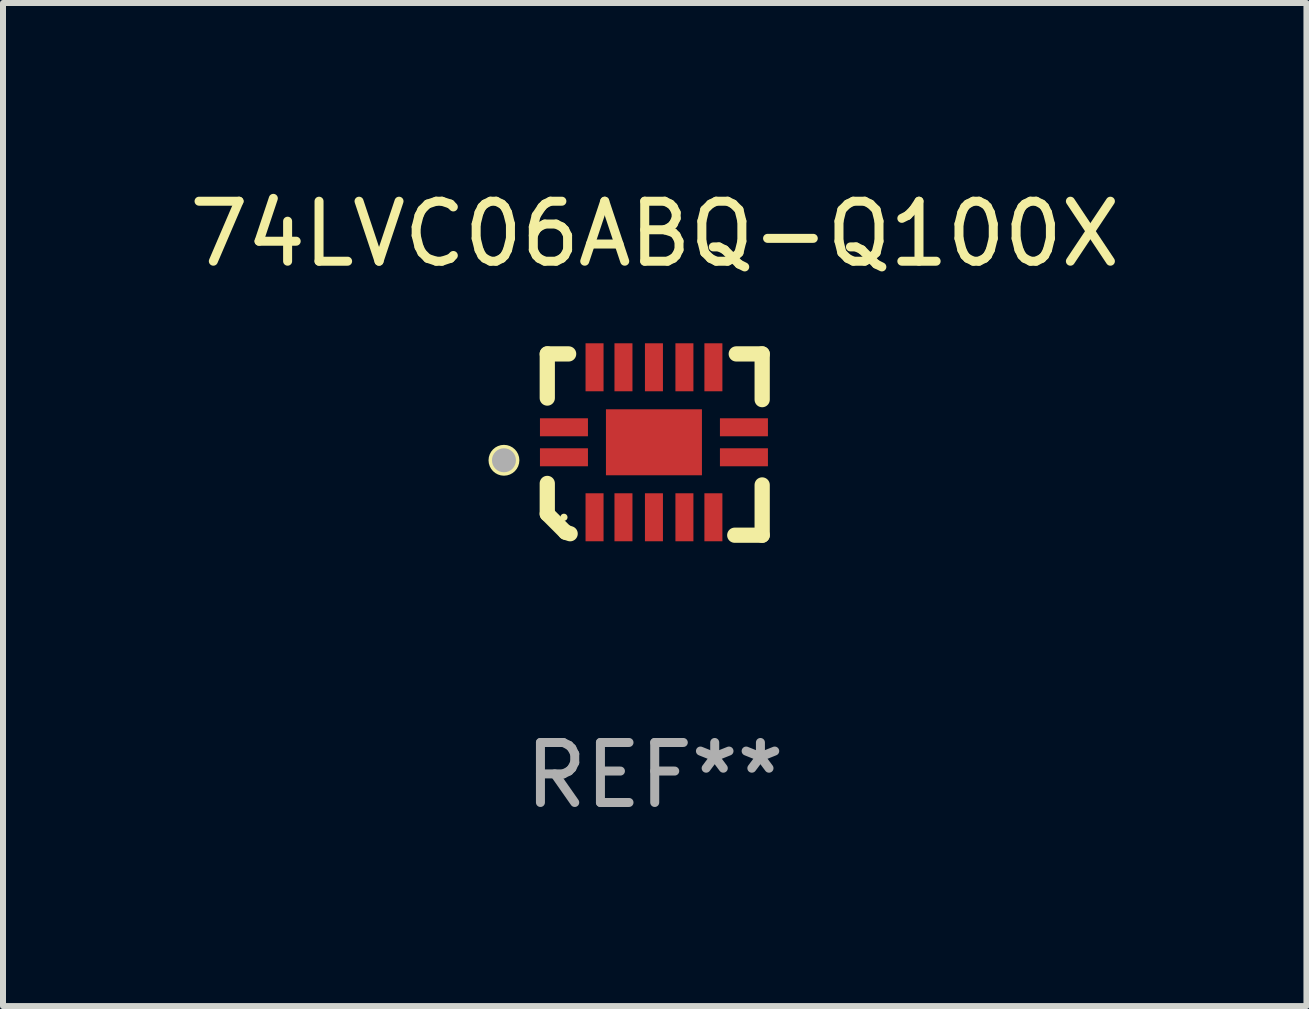
<source format=kicad_pcb>
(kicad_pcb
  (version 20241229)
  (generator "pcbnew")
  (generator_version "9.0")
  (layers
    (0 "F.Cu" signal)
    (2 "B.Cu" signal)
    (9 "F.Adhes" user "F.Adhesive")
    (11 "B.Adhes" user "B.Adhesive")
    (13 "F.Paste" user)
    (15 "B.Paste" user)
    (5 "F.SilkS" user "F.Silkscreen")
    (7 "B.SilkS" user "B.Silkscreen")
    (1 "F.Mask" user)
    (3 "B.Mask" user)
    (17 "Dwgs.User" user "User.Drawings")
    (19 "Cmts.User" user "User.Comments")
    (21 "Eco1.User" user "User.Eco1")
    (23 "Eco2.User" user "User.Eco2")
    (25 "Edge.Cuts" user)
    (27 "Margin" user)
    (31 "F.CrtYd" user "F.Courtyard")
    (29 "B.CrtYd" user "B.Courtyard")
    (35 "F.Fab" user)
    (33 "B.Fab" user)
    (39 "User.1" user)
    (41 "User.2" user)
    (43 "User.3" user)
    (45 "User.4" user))
  (footprint "74LVC06ABQ-Q100X"
    (layer "F.Cu")
    (at 7.863 4.36)
    (property "Reference" "74LVC06ABQ-Q100X" (at 0 -3.511 0) (layer "F.SilkS") (effects (font (size 1 1) (thickness 0.15))))
    (attr through_hole)
    (fp_line (start -1.791 -1.511) (end -1.435 -1.511) (stroke (width 0.254) (type solid)) (layer "F.SilkS"))
    (fp_line (start -1.791 -0.775) (end -1.791 -1.511) (stroke (width 0.254) (type solid)) (layer "F.SilkS"))
    (fp_line (start -1.791 1.156) (end -1.791 0.648) (stroke (width 0.254) (type solid)) (layer "F.SilkS"))
    (fp_line (start -1.486 1.461) (end -1.791 1.156) (stroke (width 0.254) (type solid)) (layer "F.SilkS"))
    (fp_line (start -1.41 1.486) (end -1.486 1.461) (stroke (width 0.254) (type solid)) (layer "F.SilkS"))
    (fp_line (start 1.334 1.511) (end 1.791 1.511) (stroke (width 0.254) (type solid)) (layer "F.SilkS"))
    (fp_line (start 1.791 -1.511) (end 1.359 -1.511) (stroke (width 0.254) (type solid)) (layer "F.SilkS"))
    (fp_line (start 1.791 -0.749) (end 1.791 -1.511) (stroke (width 0.254) (type solid)) (layer "F.SilkS"))
    (fp_line (start 1.791 1.511) (end 1.791 0.673) (stroke (width 0.254) (type solid)) (layer "F.SilkS"))
    (fp_circle (center -2.513 0.262) (end -2.383 0.262) (stroke (width 0.254) (type solid)) (fill no) (layer "F.SilkS"))
    (fp_circle (center -1.513 1.212) (end -1.483 1.212) (stroke (width 0.06) (type solid)) (fill no) (layer "F.SilkS"))
    (fp_circle (center -2.513 0.262) (end -2.413 0.262) (stroke (width 0.2) (type solid)) (fill no) (layer "F.Fab"))
    (fp_text user "REF**" (at 0 5.511 0) (layer "F.Fab") (effects (font (size 1 1) (thickness 0.15))))
    (pad "1" smd rect (at -1.513 0.212) (size 0.8 0.3) (layers "F.Cu" "F.Mask" "F.Paste"))
    (pad "2" smd rect (at -1.003 1.212) (size 0.3 0.8) (layers "F.Cu" "F.Mask" "F.Paste"))
    (pad "3" smd rect (at -0.521 1.212) (size 0.3 0.8) (layers "F.Cu" "F.Mask" "F.Paste"))
    (pad "4" smd rect (at -0.013 1.212) (size 0.3 0.8) (layers "F.Cu" "F.Mask" "F.Paste"))
    (pad "5" smd rect (at 0.495 1.212) (size 0.3 0.8) (layers "F.Cu" "F.Mask" "F.Paste"))
    (pad "6" smd rect (at 0.978 1.212) (size 0.3 0.8) (layers "F.Cu" "F.Mask" "F.Paste"))
    (pad "7" smd rect (at 1.487 0.212) (size 0.8 0.3) (layers "F.Cu" "F.Mask" "F.Paste"))
    (pad "8" smd rect (at 1.487 -0.288) (size 0.8 0.3) (layers "F.Cu" "F.Mask" "F.Paste"))
    (pad "9" smd rect (at 0.978 -1.288) (size 0.3 0.8) (layers "F.Cu" "F.Mask" "F.Paste"))
    (pad "10" smd rect (at 0.495 -1.288) (size 0.3 0.8) (layers "F.Cu" "F.Mask" "F.Paste"))
    (pad "11" smd rect (at -0.013 -1.288) (size 0.3 0.8) (layers "F.Cu" "F.Mask" "F.Paste"))
    (pad "12" smd rect (at -0.521 -1.288) (size 0.3 0.8) (layers "F.Cu" "F.Mask" "F.Paste"))
    (pad "13" smd rect (at -1.003 -1.288) (size 0.3 0.8) (layers "F.Cu" "F.Mask" "F.Paste"))
    (pad "14" smd rect (at -1.513 -0.288) (size 0.8 0.3) (layers "F.Cu" "F.Mask" "F.Paste"))
    (pad "15" smd rect (at -0.013 -0.038 90) (size 1.1 1.6) (layers "F.Cu" "F.Mask" "F.Paste")))
  (gr_rect
    (start -3 -3)
    (end 18.726 13.719)
    (stroke (width 0.1) (type default))
    (fill no)
    (layer "Edge.Cuts")))
</source>
